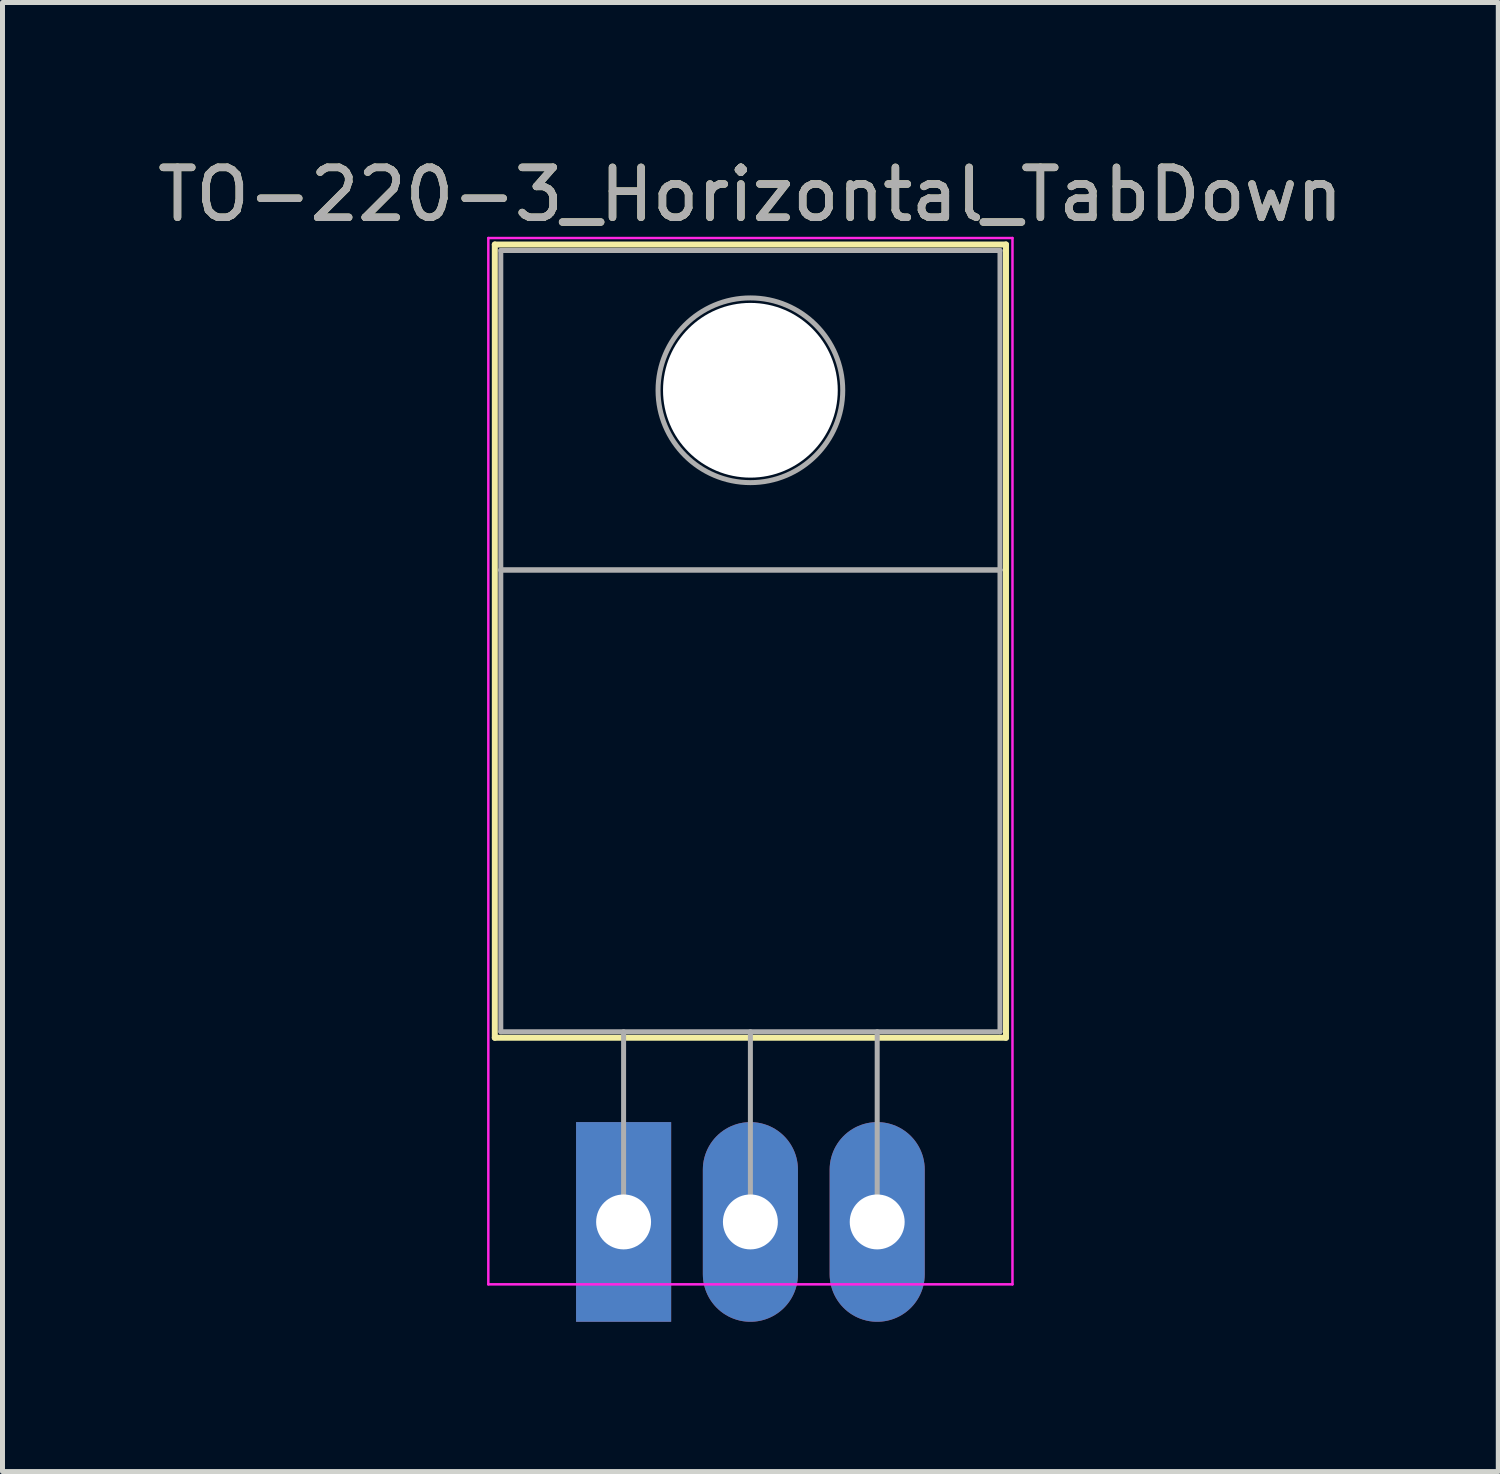
<source format=kicad_pcb>
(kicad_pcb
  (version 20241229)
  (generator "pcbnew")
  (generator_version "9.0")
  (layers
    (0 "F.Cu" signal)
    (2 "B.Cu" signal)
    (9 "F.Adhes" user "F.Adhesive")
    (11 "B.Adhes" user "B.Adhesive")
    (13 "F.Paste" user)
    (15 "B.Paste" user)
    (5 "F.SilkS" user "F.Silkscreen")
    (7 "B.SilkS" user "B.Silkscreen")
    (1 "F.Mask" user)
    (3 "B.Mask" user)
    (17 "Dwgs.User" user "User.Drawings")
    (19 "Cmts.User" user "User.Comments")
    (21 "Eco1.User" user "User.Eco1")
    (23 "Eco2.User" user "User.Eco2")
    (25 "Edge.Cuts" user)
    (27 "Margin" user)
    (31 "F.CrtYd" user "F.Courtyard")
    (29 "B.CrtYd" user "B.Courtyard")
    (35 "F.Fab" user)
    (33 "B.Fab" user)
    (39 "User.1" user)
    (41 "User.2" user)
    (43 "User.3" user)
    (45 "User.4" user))
  (footprint "TO-220-3_Horizontal_TabDown"
    (layer "F.Cu")
    (at 9.442 21.428)
    (property "Reference" "TO-220-3_Horizontal_TabDown" (at 2.54 -20.58 0) (layer "F.SilkS") (effects (font (size 1 1) (thickness 0.15))))
    (attr through_hole exclude_from_pos_files)
    (fp_line (start -2.58 -19.58) (end -2.58 -3.69) (stroke (width 0.12) (type solid)) (layer "F.SilkS"))
    (fp_line (start -2.58 -19.58) (end 7.66 -19.58) (stroke (width 0.12) (type solid)) (layer "F.SilkS"))
    (fp_line (start -2.58 -3.69) (end 7.66 -3.69) (stroke (width 0.12) (type solid)) (layer "F.SilkS"))
    (fp_line (start 7.66 -19.58) (end 7.66 -3.69) (stroke (width 0.12) (type solid)) (layer "F.SilkS"))
    (fp_line (start -2.71 -19.71) (end -2.71 1.25) (stroke (width 0.05) (type solid)) (layer "F.CrtYd"))
    (fp_line (start -2.71 1.25) (end 7.79 1.25) (stroke (width 0.05) (type solid)) (layer "F.CrtYd"))
    (fp_line (start 7.79 -19.71) (end -2.71 -19.71) (stroke (width 0.05) (type solid)) (layer "F.CrtYd"))
    (fp_line (start 7.79 1.25) (end 7.79 -19.71) (stroke (width 0.05) (type solid)) (layer "F.CrtYd"))
    (fp_line (start -2.46 -19.46) (end 7.54 -19.46) (stroke (width 0.1) (type solid)) (layer "F.Fab"))
    (fp_line (start -2.46 -13.06) (end -2.46 -19.46) (stroke (width 0.1) (type solid)) (layer "F.Fab"))
    (fp_line (start -2.46 -13.06) (end 7.54 -13.06) (stroke (width 0.1) (type solid)) (layer "F.Fab"))
    (fp_line (start -2.46 -3.81) (end -2.46 -13.06) (stroke (width 0.1) (type solid)) (layer "F.Fab"))
    (fp_line (start 0 -3.81) (end 0 0) (stroke (width 0.1) (type solid)) (layer "F.Fab"))
    (fp_line (start 2.54 -3.81) (end 2.54 0) (stroke (width 0.1) (type solid)) (layer "F.Fab"))
    (fp_line (start 5.08 -3.81) (end 5.08 0) (stroke (width 0.1) (type solid)) (layer "F.Fab"))
    (fp_line (start 7.54 -19.46) (end 7.54 -13.06) (stroke (width 0.1) (type solid)) (layer "F.Fab"))
    (fp_line (start 7.54 -13.06) (end -2.46 -13.06) (stroke (width 0.1) (type solid)) (layer "F.Fab"))
    (fp_line (start 7.54 -13.06) (end 7.54 -3.81) (stroke (width 0.1) (type solid)) (layer "F.Fab"))
    (fp_line (start 7.54 -3.81) (end -2.46 -3.81) (stroke (width 0.1) (type solid)) (layer "F.Fab"))
    (fp_circle (center 2.54 -16.66) (end 4.39 -16.66) (stroke (width 0.1) (type solid)) (fill no) (layer "F.Fab"))
    (fp_text user "${REFERENCE}" (at 2.54 -20.58 0) (layer "F.Fab") (effects (font (size 1 1) (thickness 0.15))))
    (pad "" np_thru_hole oval (at 2.54 -16.66) (size 3.5 3.5) (drill 3.5) (layers "*.Cu" "*.Mask"))
    (pad "1" thru_hole rect (at 0 0) (size 1.905 4) (drill 1.1) (layers "*.Cu" "*.Mask"))
    (pad "2" thru_hole oval (at 2.54 0) (size 1.905 4) (drill 1.1) (layers "*.Cu" "*.Mask"))
    (pad "3" thru_hole oval (at 5.08 0) (size 1.905 4) (drill 1.1) (layers "*.Cu" "*.Mask")))
  (gr_rect
    (start -3 -3)
    (end 26.964 26.428)
    (stroke (width 0.1) (type default))
    (fill no)
    (layer "Edge.Cuts")))
</source>
